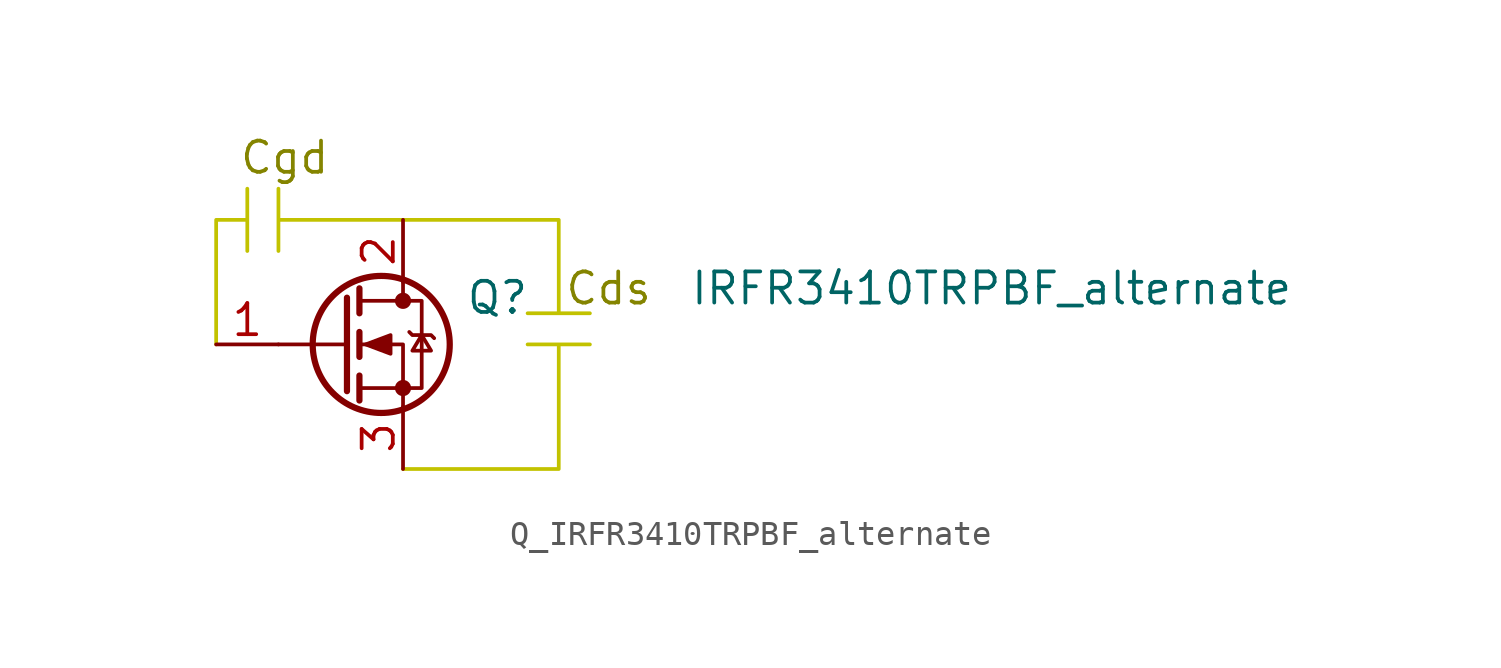
<source format=kicad_sym>
(kicad_symbol_lib
  (version 20241209)
  (generator "kicad_symbol_editor")
  (generator_version "9.0")
  (symbol "Q_IRFR3410TRPBF_alternate"
    (pin_names
      (hide yes))
    (property "Reference" "Q"
      (at 5.08 1.905 0)
      (effects (font (size 1.27 1.27)) (justify left)))
    (property "Value" "IRFR3410TRPBF_alternate"
      (at 14.224 2.286 0)
      (effects (font (size 1.27 1.27)) (justify left)))
    (symbol "Q_IRFR3410TRPBF_alternate_0_1"
      (polyline (pts (xy 0.254 1.905) (xy 0.254 -1.905)) (stroke (width 0.254) (type default)) (fill (type none)))
      (polyline (pts (xy 0.254 0) (xy -2.54 0)) (stroke (width 0) (type default)) (fill (type none)))
      (polyline (pts (xy 0.762 2.286) (xy 0.762 1.27)) (stroke (width 0.254) (type default)) (fill (type none)))
      (polyline (pts (xy 0.762 0.508) (xy 0.762 -0.508)) (stroke (width 0.254) (type default)) (fill (type none)))
      (polyline (pts (xy 0.762 -1.27) (xy 0.762 -2.286)) (stroke (width 0.254) (type default)) (fill (type none)))
      (polyline (pts (xy 0.762 -1.778) (xy 3.302 -1.778) (xy 3.302 1.778) (xy 0.762 1.778)) (stroke (width 0) (type default)) (fill (type none)))
      (polyline (pts (xy 1.016 0) (xy 2.032 0.381) (xy 2.032 -0.381) (xy 1.016 0)) (stroke (width 0) (type default)) (fill (type outline)))
      (circle (center 1.651 0) (radius 2.794) (stroke (width 0.254) (type default)) (fill (type none)))
      (polyline (pts (xy 2.54 2.54) (xy 2.54 1.778)) (stroke (width 0) (type default)) (fill (type none)))
      (circle (center 2.54 1.778) (radius 0.254) (stroke (width 0) (type default)) (fill (type outline)))
      (circle (center 2.54 -1.778) (radius 0.254) (stroke (width 0) (type default)) (fill (type outline)))
      (polyline (pts (xy 2.54 -2.54) (xy 2.54 0) (xy 0.762 0)) (stroke (width 0) (type default)) (fill (type none)))
      (polyline (pts (xy 2.794 0.508) (xy 2.921 0.381) (xy 3.683 0.381) (xy 3.81 0.254)) (stroke (width 0) (type default)) (fill (type none)))
      (polyline (pts (xy 3.302 0.381) (xy 2.921 -0.254) (xy 3.683 -0.254) (xy 3.302 0.381)) (stroke (width 0) (type default)) (fill (type none))))
    (symbol "Q_IRFR3410TRPBF_alternate_1_1"
      (polyline (pts (xy -3.81 6.35) (xy -3.81 3.81) (xy -3.81 5.08) (xy -5.08 5.08) (xy -5.08 0)) (stroke (width 0) (type solid) (color 194 194 0 1)) (fill (type none)))
      (polyline (pts (xy 2.54 5.08) (xy -2.54 5.08) (xy -2.54 6.35) (xy -2.54 3.81)) (stroke (width 0) (type solid) (color 194 194 0 1)) (fill (type none)))
      (polyline (pts (xy 2.54 5.08) (xy 8.89 5.08) (xy 8.89 1.27) (xy 7.62 1.27) (xy 10.16 1.27)) (stroke (width 0) (type solid) (color 194 194 0 1)) (fill (type none)))
      (polyline (pts (xy 7.62 0) (xy 10.16 0) (xy 8.89 0) (xy 8.89 -5.08) (xy 2.54 -5.08)) (stroke (width 0) (type solid) (color 194 194 0 1)) (fill (type none)))
      (text "Cgd" (at -2.286 7.62 0) (effects (font (size 1.27 1.27) (color 132 132 0 1))))
      (text "Cds" (at 10.922 2.286 0) (effects (font (size 1.27 1.27) (color 132 132 0 1))))
      (pin passive line (at -5.08 0 0) (length 2.54) (name "G" (effects (font (size 1.27 1.27)))) (number "1" (effects (font (size 1.27 1.27)))))
      (pin passive line (at 2.54 5.08 270) (length 2.54) (name "D" (effects (font (size 1.27 1.27)))) (number "2" (effects (font (size 1.27 1.27)))))
      (pin passive line (at 2.54 -5.08 90) (length 2.54) (name "S" (effects (font (size 1.27 1.27)))) (number "3" (effects (font (size 1.27 1.27))))))))
</source>
